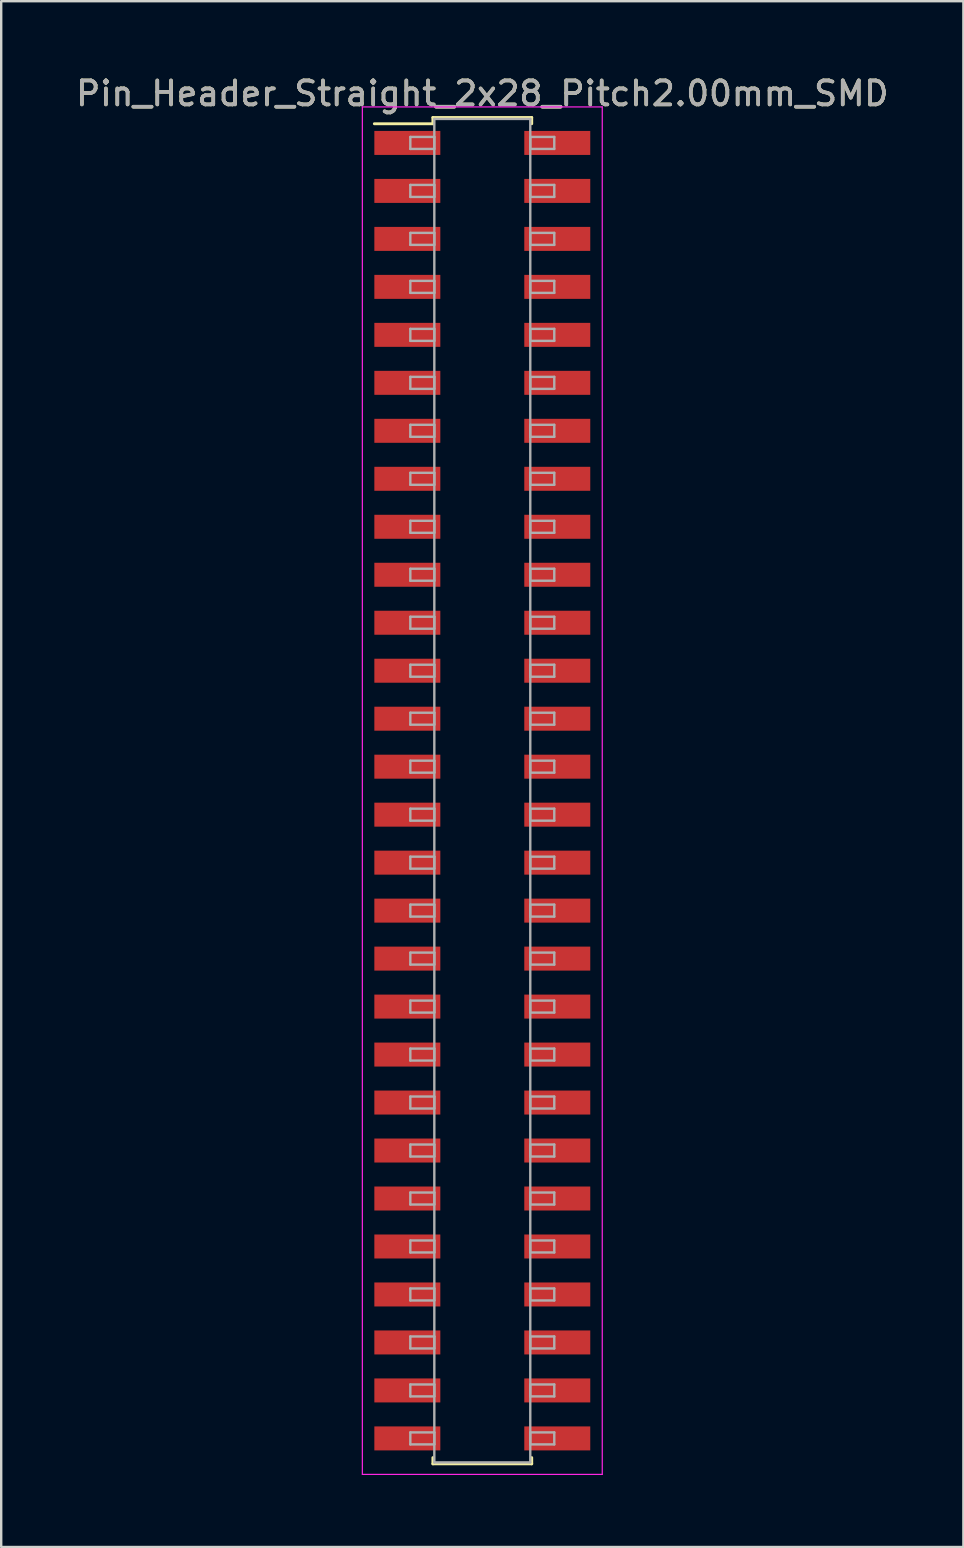
<source format=kicad_pcb>
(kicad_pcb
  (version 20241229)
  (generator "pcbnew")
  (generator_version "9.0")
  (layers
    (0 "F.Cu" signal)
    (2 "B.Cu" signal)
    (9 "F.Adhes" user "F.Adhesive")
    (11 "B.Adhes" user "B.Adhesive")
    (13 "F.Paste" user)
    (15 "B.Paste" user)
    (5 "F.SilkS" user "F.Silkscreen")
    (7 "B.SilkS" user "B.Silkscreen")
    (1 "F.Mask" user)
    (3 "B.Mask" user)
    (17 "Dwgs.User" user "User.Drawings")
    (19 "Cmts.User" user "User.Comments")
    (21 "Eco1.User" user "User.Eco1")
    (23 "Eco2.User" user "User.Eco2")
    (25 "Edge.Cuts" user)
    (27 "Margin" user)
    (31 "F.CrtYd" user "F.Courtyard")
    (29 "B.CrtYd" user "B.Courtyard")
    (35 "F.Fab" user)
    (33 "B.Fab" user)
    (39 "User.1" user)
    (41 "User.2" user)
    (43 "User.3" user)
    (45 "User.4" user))
  (footprint "Pin_Header_Straight_2x28_Pitch2.00mm_SMD"
    (layer "F.Cu")
    (at 17.054 29.908)
    (property "Reference" "Pin_Header_Straight_2x28_Pitch2.00mm_SMD" (at 0 -29.06 0) (layer "F.SilkS") (effects (font (size 1 1) (thickness 0.15))))
    (attr smd)
    (fp_line (start -4.5 -27.8) (end -2.06 -27.8) (stroke (width 0.12) (type solid)) (layer "F.SilkS"))
    (fp_line (start -2.06 -28.06) (end 2.06 -28.06) (stroke (width 0.12) (type solid)) (layer "F.SilkS"))
    (fp_line (start -2.06 -27.8) (end -2.06 -28.06) (stroke (width 0.12) (type solid)) (layer "F.SilkS"))
    (fp_line (start -2.06 27.8) (end -2.06 28.06) (stroke (width 0.12) (type solid)) (layer "F.SilkS"))
    (fp_line (start -2.06 28.06) (end 2.06 28.06) (stroke (width 0.12) (type solid)) (layer "F.SilkS"))
    (fp_line (start 2.06 -28.06) (end 2.06 -27.8) (stroke (width 0.12) (type solid)) (layer "F.SilkS"))
    (fp_line (start 2.06 28.06) (end 2.06 27.8) (stroke (width 0.12) (type solid)) (layer "F.SilkS"))
    (fp_line (start -5 -28.5) (end -5 28.5) (stroke (width 0.05) (type solid)) (layer "F.CrtYd"))
    (fp_line (start -5 28.5) (end 5 28.5) (stroke (width 0.05) (type solid)) (layer "F.CrtYd"))
    (fp_line (start 5 -28.5) (end -5 -28.5) (stroke (width 0.05) (type solid)) (layer "F.CrtYd"))
    (fp_line (start 5 28.5) (end 5 -28.5) (stroke (width 0.05) (type solid)) (layer "F.CrtYd"))
    (fp_line (start -3 -27.25) (end -2 -27.25) (stroke (width 0.1) (type solid)) (layer "F.Fab"))
    (fp_line (start -3 -26.75) (end -3 -27.25) (stroke (width 0.1) (type solid)) (layer "F.Fab"))
    (fp_line (start -3 -25.25) (end -2 -25.25) (stroke (width 0.1) (type solid)) (layer "F.Fab"))
    (fp_line (start -3 -24.75) (end -3 -25.25) (stroke (width 0.1) (type solid)) (layer "F.Fab"))
    (fp_line (start -3 -23.25) (end -2 -23.25) (stroke (width 0.1) (type solid)) (layer "F.Fab"))
    (fp_line (start -3 -22.75) (end -3 -23.25) (stroke (width 0.1) (type solid)) (layer "F.Fab"))
    (fp_line (start -3 -21.25) (end -2 -21.25) (stroke (width 0.1) (type solid)) (layer "F.Fab"))
    (fp_line (start -3 -20.75) (end -3 -21.25) (stroke (width 0.1) (type solid)) (layer "F.Fab"))
    (fp_line (start -3 -19.25) (end -2 -19.25) (stroke (width 0.1) (type solid)) (layer "F.Fab"))
    (fp_line (start -3 -18.75) (end -3 -19.25) (stroke (width 0.1) (type solid)) (layer "F.Fab"))
    (fp_line (start -3 -17.25) (end -2 -17.25) (stroke (width 0.1) (type solid)) (layer "F.Fab"))
    (fp_line (start -3 -16.75) (end -3 -17.25) (stroke (width 0.1) (type solid)) (layer "F.Fab"))
    (fp_line (start -3 -15.25) (end -2 -15.25) (stroke (width 0.1) (type solid)) (layer "F.Fab"))
    (fp_line (start -3 -14.75) (end -3 -15.25) (stroke (width 0.1) (type solid)) (layer "F.Fab"))
    (fp_line (start -3 -13.25) (end -2 -13.25) (stroke (width 0.1) (type solid)) (layer "F.Fab"))
    (fp_line (start -3 -12.75) (end -3 -13.25) (stroke (width 0.1) (type solid)) (layer "F.Fab"))
    (fp_line (start -3 -11.25) (end -2 -11.25) (stroke (width 0.1) (type solid)) (layer "F.Fab"))
    (fp_line (start -3 -10.75) (end -3 -11.25) (stroke (width 0.1) (type solid)) (layer "F.Fab"))
    (fp_line (start -3 -9.25) (end -2 -9.25) (stroke (width 0.1) (type solid)) (layer "F.Fab"))
    (fp_line (start -3 -8.75) (end -3 -9.25) (stroke (width 0.1) (type solid)) (layer "F.Fab"))
    (fp_line (start -3 -7.25) (end -2 -7.25) (stroke (width 0.1) (type solid)) (layer "F.Fab"))
    (fp_line (start -3 -6.75) (end -3 -7.25) (stroke (width 0.1) (type solid)) (layer "F.Fab"))
    (fp_line (start -3 -5.25) (end -2 -5.25) (stroke (width 0.1) (type solid)) (layer "F.Fab"))
    (fp_line (start -3 -4.75) (end -3 -5.25) (stroke (width 0.1) (type solid)) (layer "F.Fab"))
    (fp_line (start -3 -3.25) (end -2 -3.25) (stroke (width 0.1) (type solid)) (layer "F.Fab"))
    (fp_line (start -3 -2.75) (end -3 -3.25) (stroke (width 0.1) (type solid)) (layer "F.Fab"))
    (fp_line (start -3 -1.25) (end -2 -1.25) (stroke (width 0.1) (type solid)) (layer "F.Fab"))
    (fp_line (start -3 -0.75) (end -3 -1.25) (stroke (width 0.1) (type solid)) (layer "F.Fab"))
    (fp_line (start -3 0.75) (end -2 0.75) (stroke (width 0.1) (type solid)) (layer "F.Fab"))
    (fp_line (start -3 1.25) (end -3 0.75) (stroke (width 0.1) (type solid)) (layer "F.Fab"))
    (fp_line (start -3 2.75) (end -2 2.75) (stroke (width 0.1) (type solid)) (layer "F.Fab"))
    (fp_line (start -3 3.25) (end -3 2.75) (stroke (width 0.1) (type solid)) (layer "F.Fab"))
    (fp_line (start -3 4.75) (end -2 4.75) (stroke (width 0.1) (type solid)) (layer "F.Fab"))
    (fp_line (start -3 5.25) (end -3 4.75) (stroke (width 0.1) (type solid)) (layer "F.Fab"))
    (fp_line (start -3 6.75) (end -2 6.75) (stroke (width 0.1) (type solid)) (layer "F.Fab"))
    (fp_line (start -3 7.25) (end -3 6.75) (stroke (width 0.1) (type solid)) (layer "F.Fab"))
    (fp_line (start -3 8.75) (end -2 8.75) (stroke (width 0.1) (type solid)) (layer "F.Fab"))
    (fp_line (start -3 9.25) (end -3 8.75) (stroke (width 0.1) (type solid)) (layer "F.Fab"))
    (fp_line (start -3 10.75) (end -2 10.75) (stroke (width 0.1) (type solid)) (layer "F.Fab"))
    (fp_line (start -3 11.25) (end -3 10.75) (stroke (width 0.1) (type solid)) (layer "F.Fab"))
    (fp_line (start -3 12.75) (end -2 12.75) (stroke (width 0.1) (type solid)) (layer "F.Fab"))
    (fp_line (start -3 13.25) (end -3 12.75) (stroke (width 0.1) (type solid)) (layer "F.Fab"))
    (fp_line (start -3 14.75) (end -2 14.75) (stroke (width 0.1) (type solid)) (layer "F.Fab"))
    (fp_line (start -3 15.25) (end -3 14.75) (stroke (width 0.1) (type solid)) (layer "F.Fab"))
    (fp_line (start -3 16.75) (end -2 16.75) (stroke (width 0.1) (type solid)) (layer "F.Fab"))
    (fp_line (start -3 17.25) (end -3 16.75) (stroke (width 0.1) (type solid)) (layer "F.Fab"))
    (fp_line (start -3 18.75) (end -2 18.75) (stroke (width 0.1) (type solid)) (layer "F.Fab"))
    (fp_line (start -3 19.25) (end -3 18.75) (stroke (width 0.1) (type solid)) (layer "F.Fab"))
    (fp_line (start -3 20.75) (end -2 20.75) (stroke (width 0.1) (type solid)) (layer "F.Fab"))
    (fp_line (start -3 21.25) (end -3 20.75) (stroke (width 0.1) (type solid)) (layer "F.Fab"))
    (fp_line (start -3 22.75) (end -2 22.75) (stroke (width 0.1) (type solid)) (layer "F.Fab"))
    (fp_line (start -3 23.25) (end -3 22.75) (stroke (width 0.1) (type solid)) (layer "F.Fab"))
    (fp_line (start -3 24.75) (end -2 24.75) (stroke (width 0.1) (type solid)) (layer "F.Fab"))
    (fp_line (start -3 25.25) (end -3 24.75) (stroke (width 0.1) (type solid)) (layer "F.Fab"))
    (fp_line (start -3 26.75) (end -2 26.75) (stroke (width 0.1) (type solid)) (layer "F.Fab"))
    (fp_line (start -3 27.25) (end -3 26.75) (stroke (width 0.1) (type solid)) (layer "F.Fab"))
    (fp_line (start -2 -28) (end -2 28) (stroke (width 0.1) (type solid)) (layer "F.Fab"))
    (fp_line (start -2 -27.25) (end -2 -26.75) (stroke (width 0.1) (type solid)) (layer "F.Fab"))
    (fp_line (start -2 -26.75) (end -3 -26.75) (stroke (width 0.1) (type solid)) (layer "F.Fab"))
    (fp_line (start -2 -25.25) (end -2 -24.75) (stroke (width 0.1) (type solid)) (layer "F.Fab"))
    (fp_line (start -2 -24.75) (end -3 -24.75) (stroke (width 0.1) (type solid)) (layer "F.Fab"))
    (fp_line (start -2 -23.25) (end -2 -22.75) (stroke (width 0.1) (type solid)) (layer "F.Fab"))
    (fp_line (start -2 -22.75) (end -3 -22.75) (stroke (width 0.1) (type solid)) (layer "F.Fab"))
    (fp_line (start -2 -21.25) (end -2 -20.75) (stroke (width 0.1) (type solid)) (layer "F.Fab"))
    (fp_line (start -2 -20.75) (end -3 -20.75) (stroke (width 0.1) (type solid)) (layer "F.Fab"))
    (fp_line (start -2 -19.25) (end -2 -18.75) (stroke (width 0.1) (type solid)) (layer "F.Fab"))
    (fp_line (start -2 -18.75) (end -3 -18.75) (stroke (width 0.1) (type solid)) (layer "F.Fab"))
    (fp_line (start -2 -17.25) (end -2 -16.75) (stroke (width 0.1) (type solid)) (layer "F.Fab"))
    (fp_line (start -2 -16.75) (end -3 -16.75) (stroke (width 0.1) (type solid)) (layer "F.Fab"))
    (fp_line (start -2 -15.25) (end -2 -14.75) (stroke (width 0.1) (type solid)) (layer "F.Fab"))
    (fp_line (start -2 -14.75) (end -3 -14.75) (stroke (width 0.1) (type solid)) (layer "F.Fab"))
    (fp_line (start -2 -13.25) (end -2 -12.75) (stroke (width 0.1) (type solid)) (layer "F.Fab"))
    (fp_line (start -2 -12.75) (end -3 -12.75) (stroke (width 0.1) (type solid)) (layer "F.Fab"))
    (fp_line (start -2 -11.25) (end -2 -10.75) (stroke (width 0.1) (type solid)) (layer "F.Fab"))
    (fp_line (start -2 -10.75) (end -3 -10.75) (stroke (width 0.1) (type solid)) (layer "F.Fab"))
    (fp_line (start -2 -9.25) (end -2 -8.75) (stroke (width 0.1) (type solid)) (layer "F.Fab"))
    (fp_line (start -2 -8.75) (end -3 -8.75) (stroke (width 0.1) (type solid)) (layer "F.Fab"))
    (fp_line (start -2 -7.25) (end -2 -6.75) (stroke (width 0.1) (type solid)) (layer "F.Fab"))
    (fp_line (start -2 -6.75) (end -3 -6.75) (stroke (width 0.1) (type solid)) (layer "F.Fab"))
    (fp_line (start -2 -5.25) (end -2 -4.75) (stroke (width 0.1) (type solid)) (layer "F.Fab"))
    (fp_line (start -2 -4.75) (end -3 -4.75) (stroke (width 0.1) (type solid)) (layer "F.Fab"))
    (fp_line (start -2 -3.25) (end -2 -2.75) (stroke (width 0.1) (type solid)) (layer "F.Fab"))
    (fp_line (start -2 -2.75) (end -3 -2.75) (stroke (width 0.1) (type solid)) (layer "F.Fab"))
    (fp_line (start -2 -1.25) (end -2 -0.75) (stroke (width 0.1) (type solid)) (layer "F.Fab"))
    (fp_line (start -2 -0.75) (end -3 -0.75) (stroke (width 0.1) (type solid)) (layer "F.Fab"))
    (fp_line (start -2 0.75) (end -2 1.25) (stroke (width 0.1) (type solid)) (layer "F.Fab"))
    (fp_line (start -2 1.25) (end -3 1.25) (stroke (width 0.1) (type solid)) (layer "F.Fab"))
    (fp_line (start -2 2.75) (end -2 3.25) (stroke (width 0.1) (type solid)) (layer "F.Fab"))
    (fp_line (start -2 3.25) (end -3 3.25) (stroke (width 0.1) (type solid)) (layer "F.Fab"))
    (fp_line (start -2 4.75) (end -2 5.25) (stroke (width 0.1) (type solid)) (layer "F.Fab"))
    (fp_line (start -2 5.25) (end -3 5.25) (stroke (width 0.1) (type solid)) (layer "F.Fab"))
    (fp_line (start -2 6.75) (end -2 7.25) (stroke (width 0.1) (type solid)) (layer "F.Fab"))
    (fp_line (start -2 7.25) (end -3 7.25) (stroke (width 0.1) (type solid)) (layer "F.Fab"))
    (fp_line (start -2 8.75) (end -2 9.25) (stroke (width 0.1) (type solid)) (layer "F.Fab"))
    (fp_line (start -2 9.25) (end -3 9.25) (stroke (width 0.1) (type solid)) (layer "F.Fab"))
    (fp_line (start -2 10.75) (end -2 11.25) (stroke (width 0.1) (type solid)) (layer "F.Fab"))
    (fp_line (start -2 11.25) (end -3 11.25) (stroke (width 0.1) (type solid)) (layer "F.Fab"))
    (fp_line (start -2 12.75) (end -2 13.25) (stroke (width 0.1) (type solid)) (layer "F.Fab"))
    (fp_line (start -2 13.25) (end -3 13.25) (stroke (width 0.1) (type solid)) (layer "F.Fab"))
    (fp_line (start -2 14.75) (end -2 15.25) (stroke (width 0.1) (type solid)) (layer "F.Fab"))
    (fp_line (start -2 15.25) (end -3 15.25) (stroke (width 0.1) (type solid)) (layer "F.Fab"))
    (fp_line (start -2 16.75) (end -2 17.25) (stroke (width 0.1) (type solid)) (layer "F.Fab"))
    (fp_line (start -2 17.25) (end -3 17.25) (stroke (width 0.1) (type solid)) (layer "F.Fab"))
    (fp_line (start -2 18.75) (end -2 19.25) (stroke (width 0.1) (type solid)) (layer "F.Fab"))
    (fp_line (start -2 19.25) (end -3 19.25) (stroke (width 0.1) (type solid)) (layer "F.Fab"))
    (fp_line (start -2 20.75) (end -2 21.25) (stroke (width 0.1) (type solid)) (layer "F.Fab"))
    (fp_line (start -2 21.25) (end -3 21.25) (stroke (width 0.1) (type solid)) (layer "F.Fab"))
    (fp_line (start -2 22.75) (end -2 23.25) (stroke (width 0.1) (type solid)) (layer "F.Fab"))
    (fp_line (start -2 23.25) (end -3 23.25) (stroke (width 0.1) (type solid)) (layer "F.Fab"))
    (fp_line (start -2 24.75) (end -2 25.25) (stroke (width 0.1) (type solid)) (layer "F.Fab"))
    (fp_line (start -2 25.25) (end -3 25.25) (stroke (width 0.1) (type solid)) (layer "F.Fab"))
    (fp_line (start -2 26.75) (end -2 27.25) (stroke (width 0.1) (type solid)) (layer "F.Fab"))
    (fp_line (start -2 27.25) (end -3 27.25) (stroke (width 0.1) (type solid)) (layer "F.Fab"))
    (fp_line (start -2 28) (end 2 28) (stroke (width 0.1) (type solid)) (layer "F.Fab"))
    (fp_line (start 2 -28) (end -2 -28) (stroke (width 0.1) (type solid)) (layer "F.Fab"))
    (fp_line (start 2 -27.25) (end 2 -26.75) (stroke (width 0.1) (type solid)) (layer "F.Fab"))
    (fp_line (start 2 -26.75) (end 3 -26.75) (stroke (width 0.1) (type solid)) (layer "F.Fab"))
    (fp_line (start 2 -25.25) (end 2 -24.75) (stroke (width 0.1) (type solid)) (layer "F.Fab"))
    (fp_line (start 2 -24.75) (end 3 -24.75) (stroke (width 0.1) (type solid)) (layer "F.Fab"))
    (fp_line (start 2 -23.25) (end 2 -22.75) (stroke (width 0.1) (type solid)) (layer "F.Fab"))
    (fp_line (start 2 -22.75) (end 3 -22.75) (stroke (width 0.1) (type solid)) (layer "F.Fab"))
    (fp_line (start 2 -21.25) (end 2 -20.75) (stroke (width 0.1) (type solid)) (layer "F.Fab"))
    (fp_line (start 2 -20.75) (end 3 -20.75) (stroke (width 0.1) (type solid)) (layer "F.Fab"))
    (fp_line (start 2 -19.25) (end 2 -18.75) (stroke (width 0.1) (type solid)) (layer "F.Fab"))
    (fp_line (start 2 -18.75) (end 3 -18.75) (stroke (width 0.1) (type solid)) (layer "F.Fab"))
    (fp_line (start 2 -17.25) (end 2 -16.75) (stroke (width 0.1) (type solid)) (layer "F.Fab"))
    (fp_line (start 2 -16.75) (end 3 -16.75) (stroke (width 0.1) (type solid)) (layer "F.Fab"))
    (fp_line (start 2 -15.25) (end 2 -14.75) (stroke (width 0.1) (type solid)) (layer "F.Fab"))
    (fp_line (start 2 -14.75) (end 3 -14.75) (stroke (width 0.1) (type solid)) (layer "F.Fab"))
    (fp_line (start 2 -13.25) (end 2 -12.75) (stroke (width 0.1) (type solid)) (layer "F.Fab"))
    (fp_line (start 2 -12.75) (end 3 -12.75) (stroke (width 0.1) (type solid)) (layer "F.Fab"))
    (fp_line (start 2 -11.25) (end 2 -10.75) (stroke (width 0.1) (type solid)) (layer "F.Fab"))
    (fp_line (start 2 -10.75) (end 3 -10.75) (stroke (width 0.1) (type solid)) (layer "F.Fab"))
    (fp_line (start 2 -9.25) (end 2 -8.75) (stroke (width 0.1) (type solid)) (layer "F.Fab"))
    (fp_line (start 2 -8.75) (end 3 -8.75) (stroke (width 0.1) (type solid)) (layer "F.Fab"))
    (fp_line (start 2 -7.25) (end 2 -6.75) (stroke (width 0.1) (type solid)) (layer "F.Fab"))
    (fp_line (start 2 -6.75) (end 3 -6.75) (stroke (width 0.1) (type solid)) (layer "F.Fab"))
    (fp_line (start 2 -5.25) (end 2 -4.75) (stroke (width 0.1) (type solid)) (layer "F.Fab"))
    (fp_line (start 2 -4.75) (end 3 -4.75) (stroke (width 0.1) (type solid)) (layer "F.Fab"))
    (fp_line (start 2 -3.25) (end 2 -2.75) (stroke (width 0.1) (type solid)) (layer "F.Fab"))
    (fp_line (start 2 -2.75) (end 3 -2.75) (stroke (width 0.1) (type solid)) (layer "F.Fab"))
    (fp_line (start 2 -1.25) (end 2 -0.75) (stroke (width 0.1) (type solid)) (layer "F.Fab"))
    (fp_line (start 2 -0.75) (end 3 -0.75) (stroke (width 0.1) (type solid)) (layer "F.Fab"))
    (fp_line (start 2 0.75) (end 2 1.25) (stroke (width 0.1) (type solid)) (layer "F.Fab"))
    (fp_line (start 2 1.25) (end 3 1.25) (stroke (width 0.1) (type solid)) (layer "F.Fab"))
    (fp_line (start 2 2.75) (end 2 3.25) (stroke (width 0.1) (type solid)) (layer "F.Fab"))
    (fp_line (start 2 3.25) (end 3 3.25) (stroke (width 0.1) (type solid)) (layer "F.Fab"))
    (fp_line (start 2 4.75) (end 2 5.25) (stroke (width 0.1) (type solid)) (layer "F.Fab"))
    (fp_line (start 2 5.25) (end 3 5.25) (stroke (width 0.1) (type solid)) (layer "F.Fab"))
    (fp_line (start 2 6.75) (end 2 7.25) (stroke (width 0.1) (type solid)) (layer "F.Fab"))
    (fp_line (start 2 7.25) (end 3 7.25) (stroke (width 0.1) (type solid)) (layer "F.Fab"))
    (fp_line (start 2 8.75) (end 2 9.25) (stroke (width 0.1) (type solid)) (layer "F.Fab"))
    (fp_line (start 2 9.25) (end 3 9.25) (stroke (width 0.1) (type solid)) (layer "F.Fab"))
    (fp_line (start 2 10.75) (end 2 11.25) (stroke (width 0.1) (type solid)) (layer "F.Fab"))
    (fp_line (start 2 11.25) (end 3 11.25) (stroke (width 0.1) (type solid)) (layer "F.Fab"))
    (fp_line (start 2 12.75) (end 2 13.25) (stroke (width 0.1) (type solid)) (layer "F.Fab"))
    (fp_line (start 2 13.25) (end 3 13.25) (stroke (width 0.1) (type solid)) (layer "F.Fab"))
    (fp_line (start 2 14.75) (end 2 15.25) (stroke (width 0.1) (type solid)) (layer "F.Fab"))
    (fp_line (start 2 15.25) (end 3 15.25) (stroke (width 0.1) (type solid)) (layer "F.Fab"))
    (fp_line (start 2 16.75) (end 2 17.25) (stroke (width 0.1) (type solid)) (layer "F.Fab"))
    (fp_line (start 2 17.25) (end 3 17.25) (stroke (width 0.1) (type solid)) (layer "F.Fab"))
    (fp_line (start 2 18.75) (end 2 19.25) (stroke (width 0.1) (type solid)) (layer "F.Fab"))
    (fp_line (start 2 19.25) (end 3 19.25) (stroke (width 0.1) (type solid)) (layer "F.Fab"))
    (fp_line (start 2 20.75) (end 2 21.25) (stroke (width 0.1) (type solid)) (layer "F.Fab"))
    (fp_line (start 2 21.25) (end 3 21.25) (stroke (width 0.1) (type solid)) (layer "F.Fab"))
    (fp_line (start 2 22.75) (end 2 23.25) (stroke (width 0.1) (type solid)) (layer "F.Fab"))
    (fp_line (start 2 23.25) (end 3 23.25) (stroke (width 0.1) (type solid)) (layer "F.Fab"))
    (fp_line (start 2 24.75) (end 2 25.25) (stroke (width 0.1) (type solid)) (layer "F.Fab"))
    (fp_line (start 2 25.25) (end 3 25.25) (stroke (width 0.1) (type solid)) (layer "F.Fab"))
    (fp_line (start 2 26.75) (end 2 27.25) (stroke (width 0.1) (type solid)) (layer "F.Fab"))
    (fp_line (start 2 27.25) (end 3 27.25) (stroke (width 0.1) (type solid)) (layer "F.Fab"))
    (fp_line (start 2 28) (end 2 -28) (stroke (width 0.1) (type solid)) (layer "F.Fab"))
    (fp_line (start 3 -27.25) (end 2 -27.25) (stroke (width 0.1) (type solid)) (layer "F.Fab"))
    (fp_line (start 3 -26.75) (end 3 -27.25) (stroke (width 0.1) (type solid)) (layer "F.Fab"))
    (fp_line (start 3 -25.25) (end 2 -25.25) (stroke (width 0.1) (type solid)) (layer "F.Fab"))
    (fp_line (start 3 -24.75) (end 3 -25.25) (stroke (width 0.1) (type solid)) (layer "F.Fab"))
    (fp_line (start 3 -23.25) (end 2 -23.25) (stroke (width 0.1) (type solid)) (layer "F.Fab"))
    (fp_line (start 3 -22.75) (end 3 -23.25) (stroke (width 0.1) (type solid)) (layer "F.Fab"))
    (fp_line (start 3 -21.25) (end 2 -21.25) (stroke (width 0.1) (type solid)) (layer "F.Fab"))
    (fp_line (start 3 -20.75) (end 3 -21.25) (stroke (width 0.1) (type solid)) (layer "F.Fab"))
    (fp_line (start 3 -19.25) (end 2 -19.25) (stroke (width 0.1) (type solid)) (layer "F.Fab"))
    (fp_line (start 3 -18.75) (end 3 -19.25) (stroke (width 0.1) (type solid)) (layer "F.Fab"))
    (fp_line (start 3 -17.25) (end 2 -17.25) (stroke (width 0.1) (type solid)) (layer "F.Fab"))
    (fp_line (start 3 -16.75) (end 3 -17.25) (stroke (width 0.1) (type solid)) (layer "F.Fab"))
    (fp_line (start 3 -15.25) (end 2 -15.25) (stroke (width 0.1) (type solid)) (layer "F.Fab"))
    (fp_line (start 3 -14.75) (end 3 -15.25) (stroke (width 0.1) (type solid)) (layer "F.Fab"))
    (fp_line (start 3 -13.25) (end 2 -13.25) (stroke (width 0.1) (type solid)) (layer "F.Fab"))
    (fp_line (start 3 -12.75) (end 3 -13.25) (stroke (width 0.1) (type solid)) (layer "F.Fab"))
    (fp_line (start 3 -11.25) (end 2 -11.25) (stroke (width 0.1) (type solid)) (layer "F.Fab"))
    (fp_line (start 3 -10.75) (end 3 -11.25) (stroke (width 0.1) (type solid)) (layer "F.Fab"))
    (fp_line (start 3 -9.25) (end 2 -9.25) (stroke (width 0.1) (type solid)) (layer "F.Fab"))
    (fp_line (start 3 -8.75) (end 3 -9.25) (stroke (width 0.1) (type solid)) (layer "F.Fab"))
    (fp_line (start 3 -7.25) (end 2 -7.25) (stroke (width 0.1) (type solid)) (layer "F.Fab"))
    (fp_line (start 3 -6.75) (end 3 -7.25) (stroke (width 0.1) (type solid)) (layer "F.Fab"))
    (fp_line (start 3 -5.25) (end 2 -5.25) (stroke (width 0.1) (type solid)) (layer "F.Fab"))
    (fp_line (start 3 -4.75) (end 3 -5.25) (stroke (width 0.1) (type solid)) (layer "F.Fab"))
    (fp_line (start 3 -3.25) (end 2 -3.25) (stroke (width 0.1) (type solid)) (layer "F.Fab"))
    (fp_line (start 3 -2.75) (end 3 -3.25) (stroke (width 0.1) (type solid)) (layer "F.Fab"))
    (fp_line (start 3 -1.25) (end 2 -1.25) (stroke (width 0.1) (type solid)) (layer "F.Fab"))
    (fp_line (start 3 -0.75) (end 3 -1.25) (stroke (width 0.1) (type solid)) (layer "F.Fab"))
    (fp_line (start 3 0.75) (end 2 0.75) (stroke (width 0.1) (type solid)) (layer "F.Fab"))
    (fp_line (start 3 1.25) (end 3 0.75) (stroke (width 0.1) (type solid)) (layer "F.Fab"))
    (fp_line (start 3 2.75) (end 2 2.75) (stroke (width 0.1) (type solid)) (layer "F.Fab"))
    (fp_line (start 3 3.25) (end 3 2.75) (stroke (width 0.1) (type solid)) (layer "F.Fab"))
    (fp_line (start 3 4.75) (end 2 4.75) (stroke (width 0.1) (type solid)) (layer "F.Fab"))
    (fp_line (start 3 5.25) (end 3 4.75) (stroke (width 0.1) (type solid)) (layer "F.Fab"))
    (fp_line (start 3 6.75) (end 2 6.75) (stroke (width 0.1) (type solid)) (layer "F.Fab"))
    (fp_line (start 3 7.25) (end 3 6.75) (stroke (width 0.1) (type solid)) (layer "F.Fab"))
    (fp_line (start 3 8.75) (end 2 8.75) (stroke (width 0.1) (type solid)) (layer "F.Fab"))
    (fp_line (start 3 9.25) (end 3 8.75) (stroke (width 0.1) (type solid)) (layer "F.Fab"))
    (fp_line (start 3 10.75) (end 2 10.75) (stroke (width 0.1) (type solid)) (layer "F.Fab"))
    (fp_line (start 3 11.25) (end 3 10.75) (stroke (width 0.1) (type solid)) (layer "F.Fab"))
    (fp_line (start 3 12.75) (end 2 12.75) (stroke (width 0.1) (type solid)) (layer "F.Fab"))
    (fp_line (start 3 13.25) (end 3 12.75) (stroke (width 0.1) (type solid)) (layer "F.Fab"))
    (fp_line (start 3 14.75) (end 2 14.75) (stroke (width 0.1) (type solid)) (layer "F.Fab"))
    (fp_line (start 3 15.25) (end 3 14.75) (stroke (width 0.1) (type solid)) (layer "F.Fab"))
    (fp_line (start 3 16.75) (end 2 16.75) (stroke (width 0.1) (type solid)) (layer "F.Fab"))
    (fp_line (start 3 17.25) (end 3 16.75) (stroke (width 0.1) (type solid)) (layer "F.Fab"))
    (fp_line (start 3 18.75) (end 2 18.75) (stroke (width 0.1) (type solid)) (layer "F.Fab"))
    (fp_line (start 3 19.25) (end 3 18.75) (stroke (width 0.1) (type solid)) (layer "F.Fab"))
    (fp_line (start 3 20.75) (end 2 20.75) (stroke (width 0.1) (type solid)) (layer "F.Fab"))
    (fp_line (start 3 21.25) (end 3 20.75) (stroke (width 0.1) (type solid)) (layer "F.Fab"))
    (fp_line (start 3 22.75) (end 2 22.75) (stroke (width 0.1) (type solid)) (layer "F.Fab"))
    (fp_line (start 3 23.25) (end 3 22.75) (stroke (width 0.1) (type solid)) (layer "F.Fab"))
    (fp_line (start 3 24.75) (end 2 24.75) (stroke (width 0.1) (type solid)) (layer "F.Fab"))
    (fp_line (start 3 25.25) (end 3 24.75) (stroke (width 0.1) (type solid)) (layer "F.Fab"))
    (fp_line (start 3 26.75) (end 2 26.75) (stroke (width 0.1) (type solid)) (layer "F.Fab"))
    (fp_line (start 3 27.25) (end 3 26.75) (stroke (width 0.1) (type solid)) (layer "F.Fab"))
    (fp_text user "${REFERENCE}" (at 0 -29.06 0) (layer "F.Fab") (effects (font (size 1 1) (thickness 0.15))))
    (pad "1" smd rect (at -3.125 -27) (size 2.75 1) (layers "F.Cu" "F.Mask" "F.Paste"))
    (pad "2" smd rect (at 3.125 -27) (size 2.75 1) (layers "F.Cu" "F.Mask" "F.Paste"))
    (pad "3" smd rect (at -3.125 -25) (size 2.75 1) (layers "F.Cu" "F.Mask" "F.Paste"))
    (pad "4" smd rect (at 3.125 -25) (size 2.75 1) (layers "F.Cu" "F.Mask" "F.Paste"))
    (pad "5" smd rect (at -3.125 -23) (size 2.75 1) (layers "F.Cu" "F.Mask" "F.Paste"))
    (pad "6" smd rect (at 3.125 -23) (size 2.75 1) (layers "F.Cu" "F.Mask" "F.Paste"))
    (pad "7" smd rect (at -3.125 -21) (size 2.75 1) (layers "F.Cu" "F.Mask" "F.Paste"))
    (pad "8" smd rect (at 3.125 -21) (size 2.75 1) (layers "F.Cu" "F.Mask" "F.Paste"))
    (pad "9" smd rect (at -3.125 -19) (size 2.75 1) (layers "F.Cu" "F.Mask" "F.Paste"))
    (pad "10" smd rect (at 3.125 -19) (size 2.75 1) (layers "F.Cu" "F.Mask" "F.Paste"))
    (pad "11" smd rect (at -3.125 -17) (size 2.75 1) (layers "F.Cu" "F.Mask" "F.Paste"))
    (pad "12" smd rect (at 3.125 -17) (size 2.75 1) (layers "F.Cu" "F.Mask" "F.Paste"))
    (pad "13" smd rect (at -3.125 -15) (size 2.75 1) (layers "F.Cu" "F.Mask" "F.Paste"))
    (pad "14" smd rect (at 3.125 -15) (size 2.75 1) (layers "F.Cu" "F.Mask" "F.Paste"))
    (pad "15" smd rect (at -3.125 -13) (size 2.75 1) (layers "F.Cu" "F.Mask" "F.Paste"))
    (pad "16" smd rect (at 3.125 -13) (size 2.75 1) (layers "F.Cu" "F.Mask" "F.Paste"))
    (pad "17" smd rect (at -3.125 -11) (size 2.75 1) (layers "F.Cu" "F.Mask" "F.Paste"))
    (pad "18" smd rect (at 3.125 -11) (size 2.75 1) (layers "F.Cu" "F.Mask" "F.Paste"))
    (pad "19" smd rect (at -3.125 -9) (size 2.75 1) (layers "F.Cu" "F.Mask" "F.Paste"))
    (pad "20" smd rect (at 3.125 -9) (size 2.75 1) (layers "F.Cu" "F.Mask" "F.Paste"))
    (pad "21" smd rect (at -3.125 -7) (size 2.75 1) (layers "F.Cu" "F.Mask" "F.Paste"))
    (pad "22" smd rect (at 3.125 -7) (size 2.75 1) (layers "F.Cu" "F.Mask" "F.Paste"))
    (pad "23" smd rect (at -3.125 -5) (size 2.75 1) (layers "F.Cu" "F.Mask" "F.Paste"))
    (pad "24" smd rect (at 3.125 -5) (size 2.75 1) (layers "F.Cu" "F.Mask" "F.Paste"))
    (pad "25" smd rect (at -3.125 -3) (size 2.75 1) (layers "F.Cu" "F.Mask" "F.Paste"))
    (pad "26" smd rect (at 3.125 -3) (size 2.75 1) (layers "F.Cu" "F.Mask" "F.Paste"))
    (pad "27" smd rect (at -3.125 -1) (size 2.75 1) (layers "F.Cu" "F.Mask" "F.Paste"))
    (pad "28" smd rect (at 3.125 -1) (size 2.75 1) (layers "F.Cu" "F.Mask" "F.Paste"))
    (pad "29" smd rect (at -3.125 1) (size 2.75 1) (layers "F.Cu" "F.Mask" "F.Paste"))
    (pad "30" smd rect (at 3.125 1) (size 2.75 1) (layers "F.Cu" "F.Mask" "F.Paste"))
    (pad "31" smd rect (at -3.125 3) (size 2.75 1) (layers "F.Cu" "F.Mask" "F.Paste"))
    (pad "32" smd rect (at 3.125 3) (size 2.75 1) (layers "F.Cu" "F.Mask" "F.Paste"))
    (pad "33" smd rect (at -3.125 5) (size 2.75 1) (layers "F.Cu" "F.Mask" "F.Paste"))
    (pad "34" smd rect (at 3.125 5) (size 2.75 1) (layers "F.Cu" "F.Mask" "F.Paste"))
    (pad "35" smd rect (at -3.125 7) (size 2.75 1) (layers "F.Cu" "F.Mask" "F.Paste"))
    (pad "36" smd rect (at 3.125 7) (size 2.75 1) (layers "F.Cu" "F.Mask" "F.Paste"))
    (pad "37" smd rect (at -3.125 9) (size 2.75 1) (layers "F.Cu" "F.Mask" "F.Paste"))
    (pad "38" smd rect (at 3.125 9) (size 2.75 1) (layers "F.Cu" "F.Mask" "F.Paste"))
    (pad "39" smd rect (at -3.125 11) (size 2.75 1) (layers "F.Cu" "F.Mask" "F.Paste"))
    (pad "40" smd rect (at 3.125 11) (size 2.75 1) (layers "F.Cu" "F.Mask" "F.Paste"))
    (pad "41" smd rect (at -3.125 13) (size 2.75 1) (layers "F.Cu" "F.Mask" "F.Paste"))
    (pad "42" smd rect (at 3.125 13) (size 2.75 1) (layers "F.Cu" "F.Mask" "F.Paste"))
    (pad "43" smd rect (at -3.125 15) (size 2.75 1) (layers "F.Cu" "F.Mask" "F.Paste"))
    (pad "44" smd rect (at 3.125 15) (size 2.75 1) (layers "F.Cu" "F.Mask" "F.Paste"))
    (pad "45" smd rect (at -3.125 17) (size 2.75 1) (layers "F.Cu" "F.Mask" "F.Paste"))
    (pad "46" smd rect (at 3.125 17) (size 2.75 1) (layers "F.Cu" "F.Mask" "F.Paste"))
    (pad "47" smd rect (at -3.125 19) (size 2.75 1) (layers "F.Cu" "F.Mask" "F.Paste"))
    (pad "48" smd rect (at 3.125 19) (size 2.75 1) (layers "F.Cu" "F.Mask" "F.Paste"))
    (pad "49" smd rect (at -3.125 21) (size 2.75 1) (layers "F.Cu" "F.Mask" "F.Paste"))
    (pad "50" smd rect (at 3.125 21) (size 2.75 1) (layers "F.Cu" "F.Mask" "F.Paste"))
    (pad "51" smd rect (at -3.125 23) (size 2.75 1) (layers "F.Cu" "F.Mask" "F.Paste"))
    (pad "52" smd rect (at 3.125 23) (size 2.75 1) (layers "F.Cu" "F.Mask" "F.Paste"))
    (pad "53" smd rect (at -3.125 25) (size 2.75 1) (layers "F.Cu" "F.Mask" "F.Paste"))
    (pad "54" smd rect (at 3.125 25) (size 2.75 1) (layers "F.Cu" "F.Mask" "F.Paste"))
    (pad "55" smd rect (at -3.125 27) (size 2.75 1) (layers "F.Cu" "F.Mask" "F.Paste"))
    (pad "56" smd rect (at 3.125 27) (size 2.75 1) (layers "F.Cu" "F.Mask" "F.Paste")))
  (gr_rect
    (start -3 -3)
    (end 37.107 61.433)
    (stroke (width 0.1) (type default))
    (fill no)
    (layer "Edge.Cuts")))
</source>
